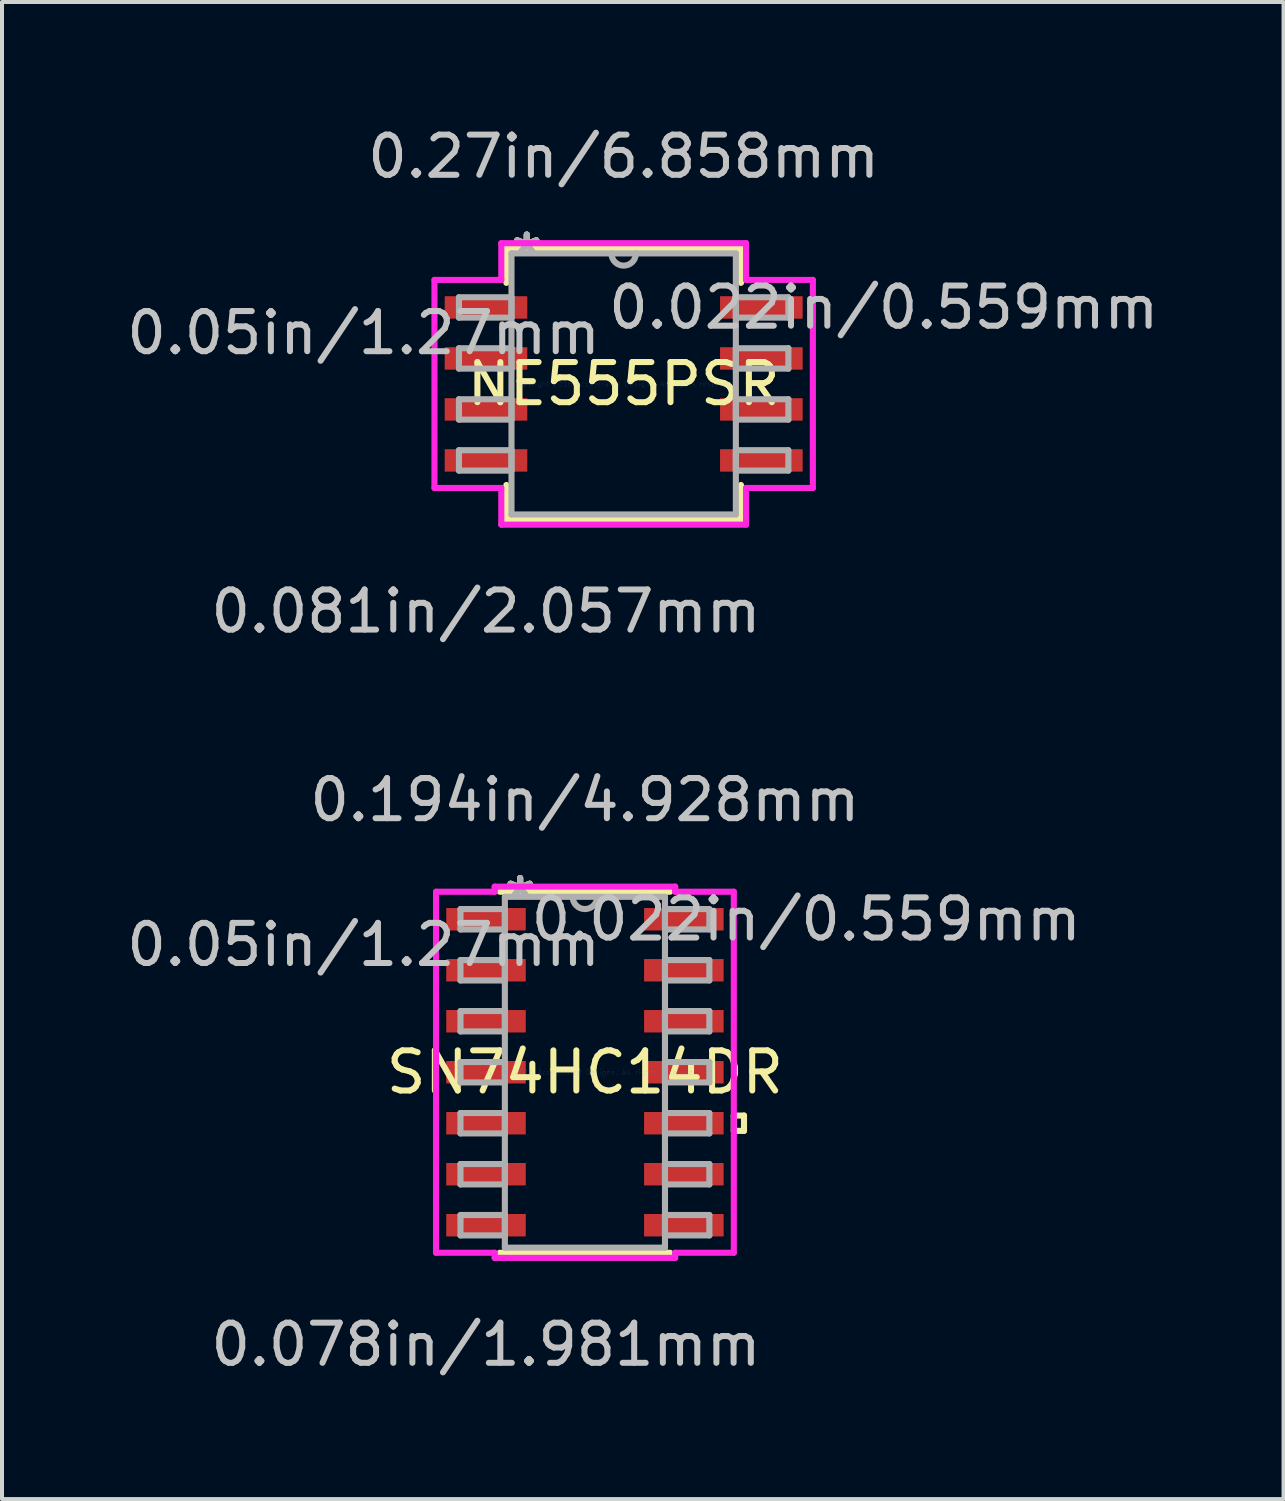
<source format=kicad_pcb>
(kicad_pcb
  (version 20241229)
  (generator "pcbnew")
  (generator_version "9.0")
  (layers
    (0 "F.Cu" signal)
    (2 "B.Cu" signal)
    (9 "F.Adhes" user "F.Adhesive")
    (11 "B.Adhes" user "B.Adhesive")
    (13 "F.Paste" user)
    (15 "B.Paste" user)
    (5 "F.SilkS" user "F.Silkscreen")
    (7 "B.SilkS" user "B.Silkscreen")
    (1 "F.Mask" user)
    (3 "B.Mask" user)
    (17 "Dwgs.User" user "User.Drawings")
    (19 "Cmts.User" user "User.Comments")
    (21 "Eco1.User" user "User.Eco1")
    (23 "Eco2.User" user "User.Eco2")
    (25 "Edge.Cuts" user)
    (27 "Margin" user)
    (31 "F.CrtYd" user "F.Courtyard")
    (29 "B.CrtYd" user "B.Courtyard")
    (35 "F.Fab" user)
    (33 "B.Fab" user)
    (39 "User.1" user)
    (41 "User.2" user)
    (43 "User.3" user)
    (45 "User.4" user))
  (footprint "SN74HC14DR"
    (layer "F.Cu")
    (at 11.518 23.655)
    (property "Reference" "SN74HC14DR" (at 0 0 0) (layer "F.SilkS") (effects (font (size 1 1) (thickness 0.15))))
    (attr through_hole)
    (fp_line (start -2.121 4.496) (end 2.121 4.496) (stroke (width 0.152) (type solid)) (layer "F.SilkS"))
    (fp_line (start 2.121 -4.496) (end -2.121 -4.496) (stroke (width 0.152) (type solid)) (layer "F.SilkS"))
    (fp_line (start 3.708 1.079) (end 3.962 1.079) (stroke (width 0.152) (type solid)) (layer "F.SilkS"))
    (fp_line (start 3.708 1.46) (end 3.708 1.079) (stroke (width 0.152) (type solid)) (layer "F.SilkS"))
    (fp_line (start 3.962 1.079) (end 3.962 1.46) (stroke (width 0.152) (type solid)) (layer "F.SilkS"))
    (fp_line (start 3.962 1.46) (end 3.708 1.46) (stroke (width 0.152) (type solid)) (layer "F.SilkS"))
    (fp_line (start -3.708 -4.496) (end -2.248 -4.496) (stroke (width 0.152) (type solid)) (layer "F.CrtYd"))
    (fp_line (start -3.708 4.496) (end -3.708 -4.496) (stroke (width 0.152) (type solid)) (layer "F.CrtYd"))
    (fp_line (start -2.248 -4.623) (end 2.248 -4.623) (stroke (width 0.152) (type solid)) (layer "F.CrtYd"))
    (fp_line (start -2.248 -4.496) (end -2.248 -4.623) (stroke (width 0.152) (type solid)) (layer "F.CrtYd"))
    (fp_line (start -2.248 4.496) (end -3.708 4.496) (stroke (width 0.152) (type solid)) (layer "F.CrtYd"))
    (fp_line (start -2.248 4.623) (end -2.248 4.496) (stroke (width 0.152) (type solid)) (layer "F.CrtYd"))
    (fp_line (start 2.248 -4.623) (end 2.248 -4.496) (stroke (width 0.152) (type solid)) (layer "F.CrtYd"))
    (fp_line (start 2.248 -4.496) (end 3.708 -4.496) (stroke (width 0.152) (type solid)) (layer "F.CrtYd"))
    (fp_line (start 2.248 4.496) (end 2.248 4.623) (stroke (width 0.152) (type solid)) (layer "F.CrtYd"))
    (fp_line (start 2.248 4.623) (end -2.248 4.623) (stroke (width 0.152) (type solid)) (layer "F.CrtYd"))
    (fp_line (start 3.708 -4.496) (end 3.708 4.496) (stroke (width 0.152) (type solid)) (layer "F.CrtYd"))
    (fp_line (start 3.708 4.496) (end 2.248 4.496) (stroke (width 0.152) (type solid)) (layer "F.CrtYd"))
    (fp_line (start -3.099 -4.064) (end -3.099 -3.556) (stroke (width 0.152) (type solid)) (layer "F.Fab"))
    (fp_line (start -3.099 -3.556) (end -1.994 -3.556) (stroke (width 0.152) (type solid)) (layer "F.Fab"))
    (fp_line (start -3.099 -2.794) (end -3.099 -2.286) (stroke (width 0.152) (type solid)) (layer "F.Fab"))
    (fp_line (start -3.099 -2.286) (end -1.994 -2.286) (stroke (width 0.152) (type solid)) (layer "F.Fab"))
    (fp_line (start -3.099 -1.524) (end -3.099 -1.016) (stroke (width 0.152) (type solid)) (layer "F.Fab"))
    (fp_line (start -3.099 -1.016) (end -1.994 -1.016) (stroke (width 0.152) (type solid)) (layer "F.Fab"))
    (fp_line (start -3.099 -0.254) (end -3.099 0.254) (stroke (width 0.152) (type solid)) (layer "F.Fab"))
    (fp_line (start -3.099 0.254) (end -1.994 0.254) (stroke (width 0.152) (type solid)) (layer "F.Fab"))
    (fp_line (start -3.099 1.016) (end -3.099 1.524) (stroke (width 0.152) (type solid)) (layer "F.Fab"))
    (fp_line (start -3.099 1.524) (end -1.994 1.524) (stroke (width 0.152) (type solid)) (layer "F.Fab"))
    (fp_line (start -3.099 2.286) (end -3.099 2.794) (stroke (width 0.152) (type solid)) (layer "F.Fab"))
    (fp_line (start -3.099 2.794) (end -1.994 2.794) (stroke (width 0.152) (type solid)) (layer "F.Fab"))
    (fp_line (start -3.099 3.556) (end -3.099 4.064) (stroke (width 0.152) (type solid)) (layer "F.Fab"))
    (fp_line (start -3.099 4.064) (end -1.994 4.064) (stroke (width 0.152) (type solid)) (layer "F.Fab"))
    (fp_line (start -1.994 -4.369) (end -1.994 4.369) (stroke (width 0.152) (type solid)) (layer "F.Fab"))
    (fp_line (start -1.994 -4.064) (end -3.099 -4.064) (stroke (width 0.152) (type solid)) (layer "F.Fab"))
    (fp_line (start -1.994 -3.556) (end -1.994 -4.064) (stroke (width 0.152) (type solid)) (layer "F.Fab"))
    (fp_line (start -1.994 -2.794) (end -3.099 -2.794) (stroke (width 0.152) (type solid)) (layer "F.Fab"))
    (fp_line (start -1.994 -2.286) (end -1.994 -2.794) (stroke (width 0.152) (type solid)) (layer "F.Fab"))
    (fp_line (start -1.994 -1.524) (end -3.099 -1.524) (stroke (width 0.152) (type solid)) (layer "F.Fab"))
    (fp_line (start -1.994 -1.016) (end -1.994 -1.524) (stroke (width 0.152) (type solid)) (layer "F.Fab"))
    (fp_line (start -1.994 -0.254) (end -3.099 -0.254) (stroke (width 0.152) (type solid)) (layer "F.Fab"))
    (fp_line (start -1.994 0.254) (end -1.994 -0.254) (stroke (width 0.152) (type solid)) (layer "F.Fab"))
    (fp_line (start -1.994 1.016) (end -3.099 1.016) (stroke (width 0.152) (type solid)) (layer "F.Fab"))
    (fp_line (start -1.994 1.524) (end -1.994 1.016) (stroke (width 0.152) (type solid)) (layer "F.Fab"))
    (fp_line (start -1.994 2.286) (end -3.099 2.286) (stroke (width 0.152) (type solid)) (layer "F.Fab"))
    (fp_line (start -1.994 2.794) (end -1.994 2.286) (stroke (width 0.152) (type solid)) (layer "F.Fab"))
    (fp_line (start -1.994 3.556) (end -3.099 3.556) (stroke (width 0.152) (type solid)) (layer "F.Fab"))
    (fp_line (start -1.994 4.064) (end -1.994 3.556) (stroke (width 0.152) (type solid)) (layer "F.Fab"))
    (fp_line (start -1.994 4.369) (end 1.994 4.369) (stroke (width 0.152) (type solid)) (layer "F.Fab"))
    (fp_line (start 1.994 -4.369) (end -1.994 -4.369) (stroke (width 0.152) (type solid)) (layer "F.Fab"))
    (fp_line (start 1.994 -4.064) (end 1.994 -3.556) (stroke (width 0.152) (type solid)) (layer "F.Fab"))
    (fp_line (start 1.994 -3.556) (end 3.099 -3.556) (stroke (width 0.152) (type solid)) (layer "F.Fab"))
    (fp_line (start 1.994 -2.794) (end 1.994 -2.286) (stroke (width 0.152) (type solid)) (layer "F.Fab"))
    (fp_line (start 1.994 -2.286) (end 3.099 -2.286) (stroke (width 0.152) (type solid)) (layer "F.Fab"))
    (fp_line (start 1.994 -1.524) (end 1.994 -1.016) (stroke (width 0.152) (type solid)) (layer "F.Fab"))
    (fp_line (start 1.994 -1.016) (end 3.099 -1.016) (stroke (width 0.152) (type solid)) (layer "F.Fab"))
    (fp_line (start 1.994 -0.254) (end 1.994 0.254) (stroke (width 0.152) (type solid)) (layer "F.Fab"))
    (fp_line (start 1.994 0.254) (end 3.099 0.254) (stroke (width 0.152) (type solid)) (layer "F.Fab"))
    (fp_line (start 1.994 1.016) (end 1.994 1.524) (stroke (width 0.152) (type solid)) (layer "F.Fab"))
    (fp_line (start 1.994 1.524) (end 3.099 1.524) (stroke (width 0.152) (type solid)) (layer "F.Fab"))
    (fp_line (start 1.994 2.286) (end 1.994 2.794) (stroke (width 0.152) (type solid)) (layer "F.Fab"))
    (fp_line (start 1.994 2.794) (end 3.099 2.794) (stroke (width 0.152) (type solid)) (layer "F.Fab"))
    (fp_line (start 1.994 3.556) (end 1.994 4.064) (stroke (width 0.152) (type solid)) (layer "F.Fab"))
    (fp_line (start 1.994 4.064) (end 3.099 4.064) (stroke (width 0.152) (type solid)) (layer "F.Fab"))
    (fp_line (start 1.994 4.369) (end 1.994 -4.369) (stroke (width 0.152) (type solid)) (layer "F.Fab"))
    (fp_line (start 3.099 -4.064) (end 1.994 -4.064) (stroke (width 0.152) (type solid)) (layer "F.Fab"))
    (fp_line (start 3.099 -3.556) (end 3.099 -4.064) (stroke (width 0.152) (type solid)) (layer "F.Fab"))
    (fp_line (start 3.099 -2.794) (end 1.994 -2.794) (stroke (width 0.152) (type solid)) (layer "F.Fab"))
    (fp_line (start 3.099 -2.286) (end 3.099 -2.794) (stroke (width 0.152) (type solid)) (layer "F.Fab"))
    (fp_line (start 3.099 -1.524) (end 1.994 -1.524) (stroke (width 0.152) (type solid)) (layer "F.Fab"))
    (fp_line (start 3.099 -1.016) (end 3.099 -1.524) (stroke (width 0.152) (type solid)) (layer "F.Fab"))
    (fp_line (start 3.099 -0.254) (end 1.994 -0.254) (stroke (width 0.152) (type solid)) (layer "F.Fab"))
    (fp_line (start 3.099 0.254) (end 3.099 -0.254) (stroke (width 0.152) (type solid)) (layer "F.Fab"))
    (fp_line (start 3.099 1.016) (end 1.994 1.016) (stroke (width 0.152) (type solid)) (layer "F.Fab"))
    (fp_line (start 3.099 1.524) (end 3.099 1.016) (stroke (width 0.152) (type solid)) (layer "F.Fab"))
    (fp_line (start 3.099 2.286) (end 1.994 2.286) (stroke (width 0.152) (type solid)) (layer "F.Fab"))
    (fp_line (start 3.099 2.794) (end 3.099 2.286) (stroke (width 0.152) (type solid)) (layer "F.Fab"))
    (fp_line (start 3.099 3.556) (end 1.994 3.556) (stroke (width 0.152) (type solid)) (layer "F.Fab"))
    (fp_line (start 3.099 4.064) (end 3.099 3.556) (stroke (width 0.152) (type solid)) (layer "F.Fab"))
    (fp_arc (start 0.3048 -4.3688) (mid 0 -4.064) (end -0.3048 -4.3688) (stroke (width 0.1524) (type solid)) (layer "F.Fab"))
    (fp_text user "*" (at -1.613 -4.293 0) (layer "F.SilkS") (effects (font (size 1 1) (thickness 0.15))))
    (fp_text user "*" (at -1.613 -4.293 0) (layer "F.SilkS") (effects (font (size 1 1) (thickness 0.15))))
    (fp_text user "0.078in/1.981mm" (at -2.464 6.782 0) (layer "Dwgs.User") (effects (font (size 1 1) (thickness 0.15))))
    (fp_text user "0.194in/4.928mm" (at 0 -6.782 0) (layer "Dwgs.User") (effects (font (size 1 1) (thickness 0.15))))
    (fp_text user "0.022in/0.559mm" (at 5.512 -3.81 0) (layer "Dwgs.User") (effects (font (size 1 1) (thickness 0.15))))
    (fp_text user "0.05in/1.27mm" (at -5.512 -3.175 0) (layer "Dwgs.User") (effects (font (size 1 1) (thickness 0.15))))
    (fp_text user "Copyright 2016 Accelerated Designs. All rights reserved." (at 0 0 0) (layer "Cmts.User") (effects (font (size 0.127 0.127) (thickness 0.002))))
    (fp_text user "*" (at -1.613 -4.293 0) (layer "F.Fab") (effects (font (size 1 1) (thickness 0.15))))
    (fp_text user "*" (at -1.613 -4.293 0) (layer "F.Fab") (effects (font (size 1 1) (thickness 0.15))))
    (pad "1" smd rect (at -2.464 -3.81) (size 1.981 0.559) (layers "F.Cu" "F.Mask" "F.Paste"))
    (pad "2" smd rect (at -2.464 -2.54) (size 1.981 0.559) (layers "F.Cu" "F.Mask" "F.Paste"))
    (pad "3" smd rect (at -2.464 -1.27) (size 1.981 0.559) (layers "F.Cu" "F.Mask" "F.Paste"))
    (pad "4" smd rect (at -2.464 0) (size 1.981 0.559) (layers "F.Cu" "F.Mask" "F.Paste"))
    (pad "5" smd rect (at -2.464 1.27) (size 1.981 0.559) (layers "F.Cu" "F.Mask" "F.Paste"))
    (pad "6" smd rect (at -2.464 2.54) (size 1.981 0.559) (layers "F.Cu" "F.Mask" "F.Paste"))
    (pad "7" smd rect (at -2.464 3.81) (size 1.981 0.559) (layers "F.Cu" "F.Mask" "F.Paste"))
    (pad "8" smd rect (at 2.464 3.81) (size 1.981 0.559) (layers "F.Cu" "F.Mask" "F.Paste"))
    (pad "9" smd rect (at 2.464 2.54) (size 1.981 0.559) (layers "F.Cu" "F.Mask" "F.Paste"))
    (pad "10" smd rect (at 2.464 1.27) (size 1.981 0.559) (layers "F.Cu" "F.Mask" "F.Paste"))
    (pad "11" smd rect (at 2.464 0) (size 1.981 0.559) (layers "F.Cu" "F.Mask" "F.Paste"))
    (pad "12" smd rect (at 2.464 -1.27) (size 1.981 0.559) (layers "F.Cu" "F.Mask" "F.Paste"))
    (pad "13" smd rect (at 2.464 -2.54) (size 1.981 0.559) (layers "F.Cu" "F.Mask" "F.Paste"))
    (pad "14" smd rect (at 2.464 -3.81) (size 1.981 0.559) (layers "F.Cu" "F.Mask" "F.Paste")))
  (footprint "NE555PSR"
    (layer "F.Cu")
    (at 12.483 6.512)
    (property "Reference" "NE555PSR" (at 0 0 0) (layer "F.SilkS") (effects (font (size 1 1) (thickness 0.15))))
    (attr through_hole)
    (fp_line (start -2.921 -3.378) (end -2.921 -2.517) (stroke (width 0.152) (type solid)) (layer "F.SilkS"))
    (fp_line (start -2.921 2.517) (end -2.921 3.378) (stroke (width 0.152) (type solid)) (layer "F.SilkS"))
    (fp_line (start -2.921 3.378) (end 2.921 3.378) (stroke (width 0.152) (type solid)) (layer "F.SilkS"))
    (fp_line (start 2.921 -3.378) (end -2.921 -3.378) (stroke (width 0.152) (type solid)) (layer "F.SilkS"))
    (fp_line (start 2.921 -2.517) (end 2.921 -3.378) (stroke (width 0.152) (type solid)) (layer "F.SilkS"))
    (fp_line (start 2.921 3.378) (end 2.921 2.517) (stroke (width 0.152) (type solid)) (layer "F.SilkS"))
    (fp_line (start -4.712 -2.591) (end -3.048 -2.591) (stroke (width 0.152) (type solid)) (layer "F.CrtYd"))
    (fp_line (start -4.712 2.591) (end -4.712 -2.591) (stroke (width 0.152) (type solid)) (layer "F.CrtYd"))
    (fp_line (start -3.048 -3.505) (end 3.048 -3.505) (stroke (width 0.152) (type solid)) (layer "F.CrtYd"))
    (fp_line (start -3.048 -2.591) (end -3.048 -3.505) (stroke (width 0.152) (type solid)) (layer "F.CrtYd"))
    (fp_line (start -3.048 2.591) (end -4.712 2.591) (stroke (width 0.152) (type solid)) (layer "F.CrtYd"))
    (fp_line (start -3.048 3.505) (end -3.048 2.591) (stroke (width 0.152) (type solid)) (layer "F.CrtYd"))
    (fp_line (start 3.048 -3.505) (end 3.048 -2.591) (stroke (width 0.152) (type solid)) (layer "F.CrtYd"))
    (fp_line (start 3.048 -2.591) (end 4.712 -2.591) (stroke (width 0.152) (type solid)) (layer "F.CrtYd"))
    (fp_line (start 3.048 2.591) (end 3.048 3.505) (stroke (width 0.152) (type solid)) (layer "F.CrtYd"))
    (fp_line (start 3.048 3.505) (end -3.048 3.505) (stroke (width 0.152) (type solid)) (layer "F.CrtYd"))
    (fp_line (start 4.712 -2.591) (end 4.712 2.591) (stroke (width 0.152) (type solid)) (layer "F.CrtYd"))
    (fp_line (start 4.712 2.591) (end 3.048 2.591) (stroke (width 0.152) (type solid)) (layer "F.CrtYd"))
    (fp_line (start -4.102 -2.159) (end -4.102 -1.651) (stroke (width 0.152) (type solid)) (layer "F.Fab"))
    (fp_line (start -4.102 -1.651) (end -2.794 -1.651) (stroke (width 0.152) (type solid)) (layer "F.Fab"))
    (fp_line (start -4.102 -0.889) (end -4.102 -0.381) (stroke (width 0.152) (type solid)) (layer "F.Fab"))
    (fp_line (start -4.102 -0.381) (end -2.794 -0.381) (stroke (width 0.152) (type solid)) (layer "F.Fab"))
    (fp_line (start -4.102 0.381) (end -4.102 0.889) (stroke (width 0.152) (type solid)) (layer "F.Fab"))
    (fp_line (start -4.102 0.889) (end -2.794 0.889) (stroke (width 0.152) (type solid)) (layer "F.Fab"))
    (fp_line (start -4.102 1.651) (end -4.102 2.159) (stroke (width 0.152) (type solid)) (layer "F.Fab"))
    (fp_line (start -4.102 2.159) (end -2.794 2.159) (stroke (width 0.152) (type solid)) (layer "F.Fab"))
    (fp_line (start -2.794 -3.251) (end -2.794 3.251) (stroke (width 0.152) (type solid)) (layer "F.Fab"))
    (fp_line (start -2.794 -2.159) (end -4.102 -2.159) (stroke (width 0.152) (type solid)) (layer "F.Fab"))
    (fp_line (start -2.794 -1.651) (end -2.794 -2.159) (stroke (width 0.152) (type solid)) (layer "F.Fab"))
    (fp_line (start -2.794 -0.889) (end -4.102 -0.889) (stroke (width 0.152) (type solid)) (layer "F.Fab"))
    (fp_line (start -2.794 -0.381) (end -2.794 -0.889) (stroke (width 0.152) (type solid)) (layer "F.Fab"))
    (fp_line (start -2.794 0.381) (end -4.102 0.381) (stroke (width 0.152) (type solid)) (layer "F.Fab"))
    (fp_line (start -2.794 0.889) (end -2.794 0.381) (stroke (width 0.152) (type solid)) (layer "F.Fab"))
    (fp_line (start -2.794 1.651) (end -4.102 1.651) (stroke (width 0.152) (type solid)) (layer "F.Fab"))
    (fp_line (start -2.794 2.159) (end -2.794 1.651) (stroke (width 0.152) (type solid)) (layer "F.Fab"))
    (fp_line (start -2.794 3.251) (end 2.794 3.251) (stroke (width 0.152) (type solid)) (layer "F.Fab"))
    (fp_line (start 2.794 -3.251) (end -2.794 -3.251) (stroke (width 0.152) (type solid)) (layer "F.Fab"))
    (fp_line (start 2.794 -2.159) (end 2.794 -1.651) (stroke (width 0.152) (type solid)) (layer "F.Fab"))
    (fp_line (start 2.794 -1.651) (end 4.102 -1.651) (stroke (width 0.152) (type solid)) (layer "F.Fab"))
    (fp_line (start 2.794 -0.889) (end 2.794 -0.381) (stroke (width 0.152) (type solid)) (layer "F.Fab"))
    (fp_line (start 2.794 -0.381) (end 4.102 -0.381) (stroke (width 0.152) (type solid)) (layer "F.Fab"))
    (fp_line (start 2.794 0.381) (end 2.794 0.889) (stroke (width 0.152) (type solid)) (layer "F.Fab"))
    (fp_line (start 2.794 0.889) (end 4.102 0.889) (stroke (width 0.152) (type solid)) (layer "F.Fab"))
    (fp_line (start 2.794 1.651) (end 2.794 2.159) (stroke (width 0.152) (type solid)) (layer "F.Fab"))
    (fp_line (start 2.794 2.159) (end 4.102 2.159) (stroke (width 0.152) (type solid)) (layer "F.Fab"))
    (fp_line (start 2.794 3.251) (end 2.794 -3.251) (stroke (width 0.152) (type solid)) (layer "F.Fab"))
    (fp_line (start 4.102 -2.159) (end 2.794 -2.159) (stroke (width 0.152) (type solid)) (layer "F.Fab"))
    (fp_line (start 4.102 -1.651) (end 4.102 -2.159) (stroke (width 0.152) (type solid)) (layer "F.Fab"))
    (fp_line (start 4.102 -0.889) (end 2.794 -0.889) (stroke (width 0.152) (type solid)) (layer "F.Fab"))
    (fp_line (start 4.102 -0.381) (end 4.102 -0.889) (stroke (width 0.152) (type solid)) (layer "F.Fab"))
    (fp_line (start 4.102 0.381) (end 2.794 0.381) (stroke (width 0.152) (type solid)) (layer "F.Fab"))
    (fp_line (start 4.102 0.889) (end 4.102 0.381) (stroke (width 0.152) (type solid)) (layer "F.Fab"))
    (fp_line (start 4.102 1.651) (end 2.794 1.651) (stroke (width 0.152) (type solid)) (layer "F.Fab"))
    (fp_line (start 4.102 2.159) (end 4.102 1.651) (stroke (width 0.152) (type solid)) (layer "F.Fab"))
    (fp_arc (start 0.3048 -3.2512) (mid 0 -2.9464) (end -0.3048 -3.2512) (stroke (width 0.1524) (type solid)) (layer "F.Fab"))
    (fp_text user "*" (at -2.413 -3.175 0) (layer "F.SilkS") (effects (font (size 1 1) (thickness 0.15))))
    (fp_text user "*" (at -2.413 -3.175 0) (layer "F.SilkS") (effects (font (size 1 1) (thickness 0.15))))
    (fp_text user "0.081in/2.057mm" (at -3.429 5.664 0) (layer "Dwgs.User") (effects (font (size 1 1) (thickness 0.15))))
    (fp_text user "0.05in/1.27mm" (at -6.477 -1.27 0) (layer "Dwgs.User") (effects (font (size 1 1) (thickness 0.15))))
    (fp_text user "0.022in/0.559mm" (at 6.477 -1.905 0) (layer "Dwgs.User") (effects (font (size 1 1) (thickness 0.15))))
    (fp_text user "0.27in/6.858mm" (at 0 -5.664 0) (layer "Dwgs.User") (effects (font (size 1 1) (thickness 0.15))))
    (fp_text user "Copyright 2016 Accelerated Designs. All rights reserved." (at 0 0 0) (layer "Cmts.User") (effects (font (size 0.127 0.127) (thickness 0.002))))
    (fp_text user "*" (at -2.413 -3.175 0) (layer "F.Fab") (effects (font (size 1 1) (thickness 0.15))))
    (fp_text user "*" (at -2.413 -3.175 0) (layer "F.Fab") (effects (font (size 1 1) (thickness 0.15))))
    (pad "1" smd rect (at -3.429 -1.905) (size 2.057 0.559) (layers "F.Cu" "F.Mask" "F.Paste"))
    (pad "2" smd rect (at -3.429 -0.635) (size 2.057 0.559) (layers "F.Cu" "F.Mask" "F.Paste"))
    (pad "3" smd rect (at -3.429 0.635) (size 2.057 0.559) (layers "F.Cu" "F.Mask" "F.Paste"))
    (pad "4" smd rect (at -3.429 1.905) (size 2.057 0.559) (layers "F.Cu" "F.Mask" "F.Paste"))
    (pad "5" smd rect (at 3.429 1.905) (size 2.057 0.559) (layers "F.Cu" "F.Mask" "F.Paste"))
    (pad "6" smd rect (at 3.429 0.635) (size 2.057 0.559) (layers "F.Cu" "F.Mask" "F.Paste"))
    (pad "7" smd rect (at 3.429 -0.635) (size 2.057 0.559) (layers "F.Cu" "F.Mask" "F.Paste"))
    (pad "8" smd rect (at 3.429 -1.905) (size 2.057 0.559) (layers "F.Cu" "F.Mask" "F.Paste")))
  (gr_rect
    (start -3 -3)
    (end 28.918 34.285)
    (stroke (width 0.1) (type default))
    (fill no)
    (layer "Edge.Cuts")))
</source>
